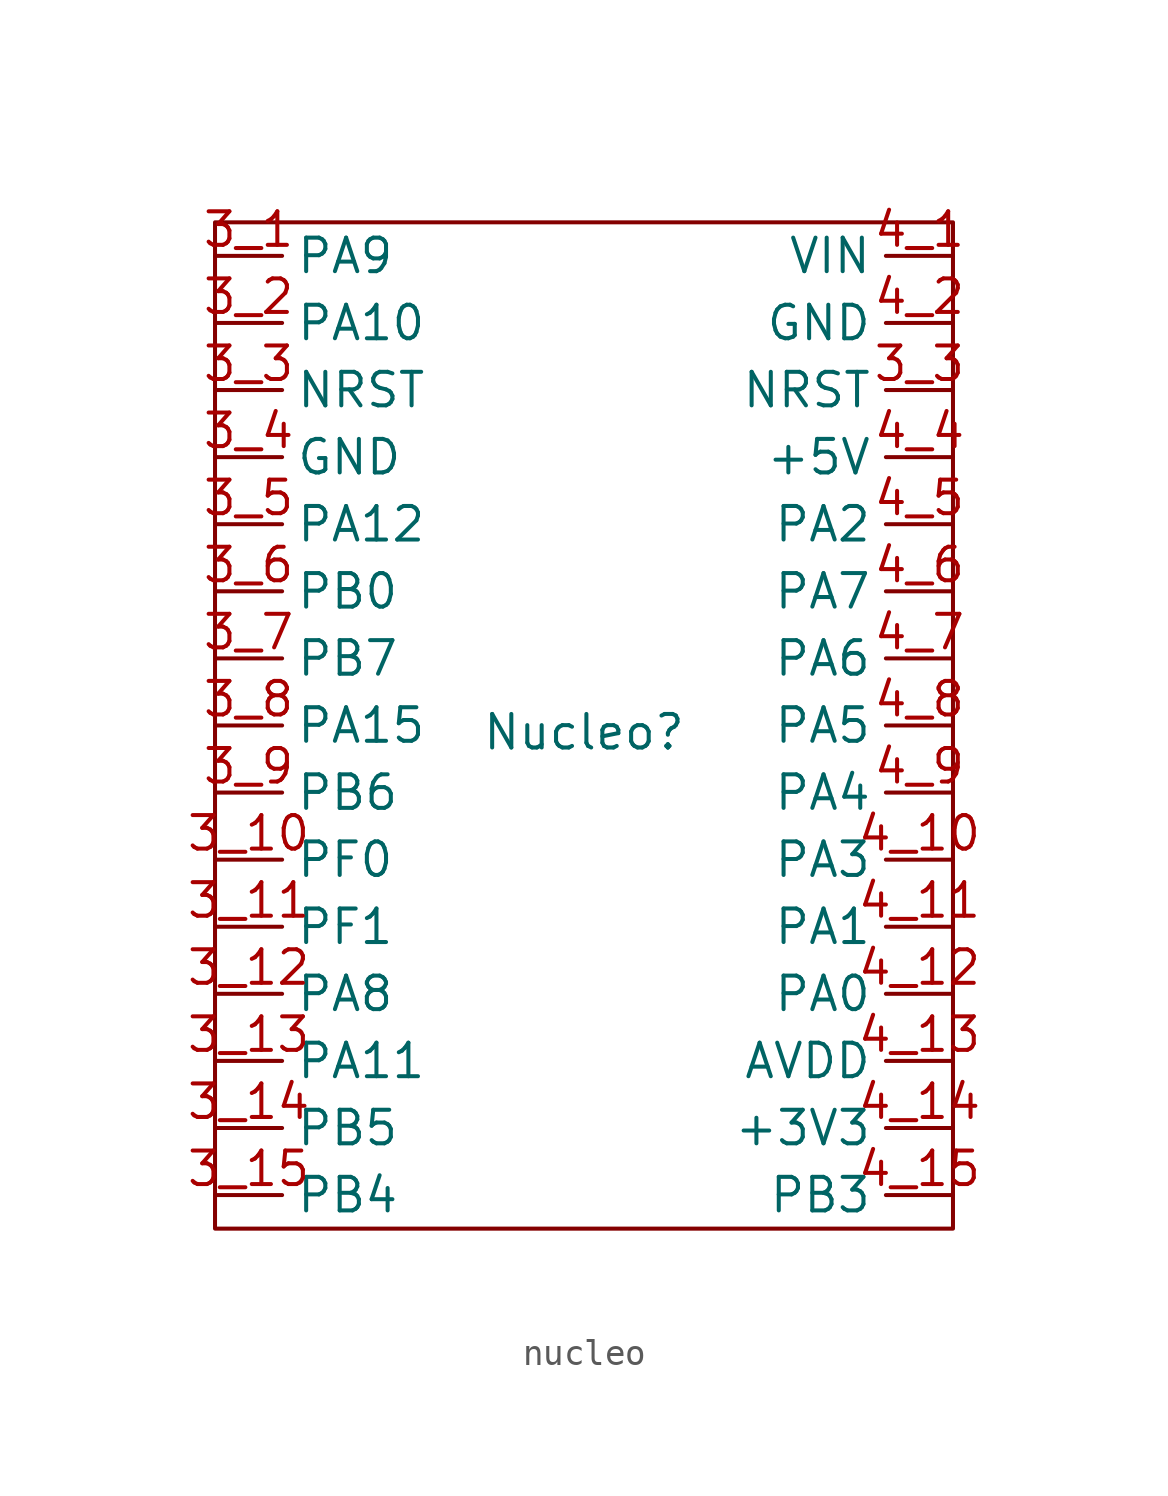
<source format=kicad_sym>
(kicad_symbol_lib
  (version 20231120)
  (generator "kicad_symbol_editor")
  (generator_version "8.0")
  (symbol "nucleo"
    (property "Reference" "Nucleo"
      (at 8.89 -7.874 0)
      (effects (font (size 1.27 1.27))))
    (property "Value" ""
      (at 0 0 0)
      (effects (font (size 1.27 1.27))))
    (symbol "nucleo_0_1"
      (rectangle (start -5.08 11.43) (end 22.86 -26.67) (stroke (width 0) (type default)) (fill (type none))))
    (symbol "nucleo_1_1"
      (pin bidirectional line (at -5.08 10.16 0) (length 2.54) (name "PA9" (effects (font (size 1.27 1.27)))) (number "3_1" (effects (font (size 1.27 1.27)))))
      (pin bidirectional line (at -5.08 -12.7 0) (length 2.54) (name "PF0" (effects (font (size 1.27 1.27)))) (number "3_10" (effects (font (size 1.27 1.27)))))
      (pin bidirectional line (at -5.08 -15.24 0) (length 2.54) (name "PF1" (effects (font (size 1.27 1.27)))) (number "3_11" (effects (font (size 1.27 1.27)))))
      (pin bidirectional line (at -5.08 -17.78 0) (length 2.54) (name "PA8" (effects (font (size 1.27 1.27)))) (number "3_12" (effects (font (size 1.27 1.27)))))
      (pin bidirectional line (at -5.08 -20.32 0) (length 2.54) (name "PA11" (effects (font (size 1.27 1.27)))) (number "3_13" (effects (font (size 1.27 1.27)))))
      (pin bidirectional line (at -5.08 -22.86 0) (length 2.54) (name "PB5" (effects (font (size 1.27 1.27)))) (number "3_14" (effects (font (size 1.27 1.27)))))
      (pin bidirectional line (at -5.08 -25.4 0) (length 2.54) (name "PB4" (effects (font (size 1.27 1.27)))) (number "3_15" (effects (font (size 1.27 1.27)))))
      (pin bidirectional line (at -5.08 7.62 0) (length 2.54) (name "PA10" (effects (font (size 1.27 1.27)))) (number "3_2" (effects (font (size 1.27 1.27)))))
      (pin bidirectional line (at -5.08 5.08 0) (length 2.54) (name "NRST" (effects (font (size 1.27 1.27)))) (number "3_3" (effects (font (size 1.27 1.27)))))
      (pin bidirectional line (at 22.86 5.08 180) (length 2.54) (name "NRST" (effects (font (size 1.27 1.27)))) (number "3_3" (effects (font (size 1.27 1.27)))))
      (pin bidirectional line (at -5.08 2.54 0) (length 2.54) (name "GND" (effects (font (size 1.27 1.27)))) (number "3_4" (effects (font (size 1.27 1.27)))))
      (pin bidirectional line (at -5.08 0 0) (length 2.54) (name "PA12" (effects (font (size 1.27 1.27)))) (number "3_5" (effects (font (size 1.27 1.27)))))
      (pin bidirectional line (at -5.08 -2.54 0) (length 2.54) (name "PB0" (effects (font (size 1.27 1.27)))) (number "3_6" (effects (font (size 1.27 1.27)))))
      (pin bidirectional line (at -5.08 -5.08 0) (length 2.54) (name "PB7" (effects (font (size 1.27 1.27)))) (number "3_7" (effects (font (size 1.27 1.27)))))
      (pin bidirectional line (at -5.08 -7.62 0) (length 2.54) (name "PA15" (effects (font (size 1.27 1.27)))) (number "3_8" (effects (font (size 1.27 1.27)))))
      (pin bidirectional line (at -5.08 -10.16 0) (length 2.54) (name "PB6" (effects (font (size 1.27 1.27)))) (number "3_9" (effects (font (size 1.27 1.27)))))
      (pin bidirectional line (at 22.86 10.16 180) (length 2.54) (name "VIN" (effects (font (size 1.27 1.27)))) (number "4_1" (effects (font (size 1.27 1.27)))))
      (pin bidirectional line (at 22.86 -12.7 180) (length 2.54) (name "PA3" (effects (font (size 1.27 1.27)))) (number "4_10" (effects (font (size 1.27 1.27)))))
      (pin bidirectional line (at 22.86 -15.24 180) (length 2.54) (name "PA1" (effects (font (size 1.27 1.27)))) (number "4_11" (effects (font (size 1.27 1.27)))))
      (pin bidirectional line (at 22.86 -17.78 180) (length 2.54) (name "PA0" (effects (font (size 1.27 1.27)))) (number "4_12" (effects (font (size 1.27 1.27)))))
      (pin bidirectional line (at 22.86 -20.32 180) (length 2.54) (name "AVDD" (effects (font (size 1.27 1.27)))) (number "4_13" (effects (font (size 1.27 1.27)))))
      (pin bidirectional line (at 22.86 -22.86 180) (length 2.54) (name "+3V3" (effects (font (size 1.27 1.27)))) (number "4_14" (effects (font (size 1.27 1.27)))))
      (pin bidirectional line (at 22.86 -25.4 180) (length 2.54) (name "PB3" (effects (font (size 1.27 1.27)))) (number "4_15" (effects (font (size 1.27 1.27)))))
      (pin bidirectional line (at 22.86 7.62 180) (length 2.54) (name "GND" (effects (font (size 1.27 1.27)))) (number "4_2" (effects (font (size 1.27 1.27)))))
      (pin bidirectional line (at 22.86 2.54 180) (length 2.54) (name "+5V" (effects (font (size 1.27 1.27)))) (number "4_4" (effects (font (size 1.27 1.27)))))
      (pin bidirectional line (at 22.86 0 180) (length 2.54) (name "PA2" (effects (font (size 1.27 1.27)))) (number "4_5" (effects (font (size 1.27 1.27)))))
      (pin bidirectional line (at 22.86 -2.54 180) (length 2.54) (name "PA7" (effects (font (size 1.27 1.27)))) (number "4_6" (effects (font (size 1.27 1.27)))))
      (pin bidirectional line (at 22.86 -5.08 180) (length 2.54) (name "PA6" (effects (font (size 1.27 1.27)))) (number "4_7" (effects (font (size 1.27 1.27)))))
      (pin bidirectional line (at 22.86 -7.62 180) (length 2.54) (name "PA5" (effects (font (size 1.27 1.27)))) (number "4_8" (effects (font (size 1.27 1.27)))))
      (pin bidirectional line (at 22.86 -10.16 180) (length 2.54) (name "PA4" (effects (font (size 1.27 1.27)))) (number "4_9" (effects (font (size 1.27 1.27))))))))
</source>
